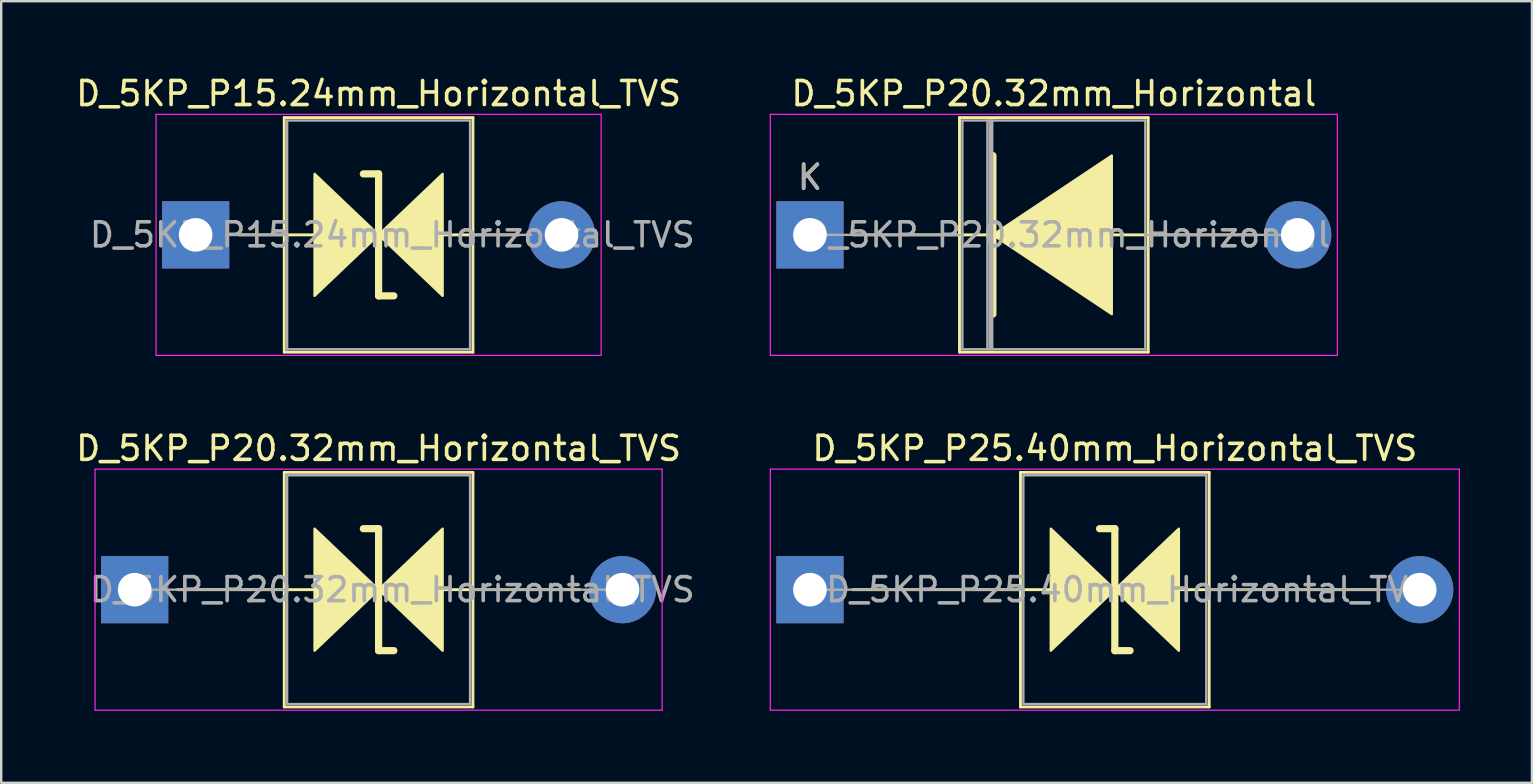
<source format=kicad_pcb>
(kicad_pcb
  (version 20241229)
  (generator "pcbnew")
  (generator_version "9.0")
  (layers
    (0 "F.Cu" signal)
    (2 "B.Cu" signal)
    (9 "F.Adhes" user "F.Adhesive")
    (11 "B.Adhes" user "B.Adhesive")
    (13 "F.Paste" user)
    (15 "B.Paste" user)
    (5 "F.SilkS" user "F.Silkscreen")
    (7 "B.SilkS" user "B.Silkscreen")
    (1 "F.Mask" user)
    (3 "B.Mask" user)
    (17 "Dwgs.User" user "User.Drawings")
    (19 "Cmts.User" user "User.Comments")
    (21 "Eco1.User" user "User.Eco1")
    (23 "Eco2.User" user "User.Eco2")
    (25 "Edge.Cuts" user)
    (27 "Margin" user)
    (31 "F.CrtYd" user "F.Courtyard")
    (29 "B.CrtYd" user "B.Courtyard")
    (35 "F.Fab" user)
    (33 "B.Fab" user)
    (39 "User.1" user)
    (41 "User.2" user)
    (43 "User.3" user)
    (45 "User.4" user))
  (footprint "D_5KP_P20.32mm_Horizontal_TVS"
    (layer "F.Cu")
    (at 2.56 21.512)
    (property "Reference" "D_5KP_P20.32mm_Horizontal_TVS" (at 10.16 -5.885 0) (layer "F.SilkS") (effects (font (size 1 1) (thickness 0.15))))
    (attr through_hole)
    (fp_line (start 1.778 0) (end 7.493 0) (stroke (width 0.12) (type solid)) (layer "F.SilkS"))
    (fp_line (start 6.23 -4.885) (end 6.23 4.885) (stroke (width 0.12) (type solid)) (layer "F.SilkS"))
    (fp_line (start 6.23 4.885) (end 14.09 4.885) (stroke (width 0.12) (type solid)) (layer "F.SilkS"))
    (fp_line (start 10.16 -2.54) (end 9.525 -2.54) (stroke (width 0.3) (type solid)) (layer "F.SilkS"))
    (fp_line (start 10.16 2.54) (end 10.16 -2.54) (stroke (width 0.3) (type solid)) (layer "F.SilkS"))
    (fp_line (start 10.795 2.54) (end 10.16 2.54) (stroke (width 0.3) (type solid)) (layer "F.SilkS"))
    (fp_line (start 14.09 -4.885) (end 6.23 -4.885) (stroke (width 0.12) (type solid)) (layer "F.SilkS"))
    (fp_line (start 14.09 4.885) (end 14.09 -4.885) (stroke (width 0.12) (type solid)) (layer "F.SilkS"))
    (fp_line (start 18.542 0) (end 12.827 0) (stroke (width 0.12) (type solid)) (layer "F.SilkS"))
    (fp_poly (pts (xy 10.16 0) (xy 7.493 2.54) (xy 7.493 -2.54)) (stroke (width 0.1) (type solid)) (fill yes) (layer "F.SilkS"))
    (fp_poly (pts (xy 10.16 0) (xy 12.827 -2.54) (xy 12.827 2.54)) (stroke (width 0.1) (type solid)) (fill yes) (layer "F.SilkS"))
    (fp_line (start -1.65 -5.02) (end -1.65 5.02) (stroke (width 0.05) (type solid)) (layer "F.CrtYd"))
    (fp_line (start -1.65 5.02) (end 21.97 5.02) (stroke (width 0.05) (type solid)) (layer "F.CrtYd"))
    (fp_line (start 21.97 -5.02) (end -1.65 -5.02) (stroke (width 0.05) (type solid)) (layer "F.CrtYd"))
    (fp_line (start 21.97 5.02) (end 21.97 -5.02) (stroke (width 0.05) (type solid)) (layer "F.CrtYd"))
    (fp_line (start 0 0) (end 6.35 0) (stroke (width 0.1) (type solid)) (layer "F.Fab"))
    (fp_line (start 6.35 -4.765) (end 6.35 4.765) (stroke (width 0.1) (type solid)) (layer "F.Fab"))
    (fp_line (start 6.35 4.765) (end 13.97 4.765) (stroke (width 0.1) (type solid)) (layer "F.Fab"))
    (fp_line (start 13.97 -4.765) (end 6.35 -4.765) (stroke (width 0.1) (type solid)) (layer "F.Fab"))
    (fp_line (start 13.97 4.765) (end 13.97 -4.765) (stroke (width 0.1) (type solid)) (layer "F.Fab"))
    (fp_line (start 20.32 0) (end 13.97 0) (stroke (width 0.1) (type solid)) (layer "F.Fab"))
    (fp_text user "${REFERENCE}" (at 10.732 0 0) (layer "F.Fab") (effects (font (size 1 1) (thickness 0.15))))
    (pad "1" thru_hole rect (at 0 0) (size 2.8 2.8) (drill 1.4) (layers "*.Cu" "*.Mask"))
    (pad "2" thru_hole oval (at 20.32 0) (size 2.8 2.8) (drill 1.4) (layers "*.Cu" "*.Mask")))
  (footprint "D_5KP_P25.40mm_Horizontal_TVS"
    (layer "F.Cu")
    (at 30.687 21.512)
    (property "Reference" "D_5KP_P25.40mm_Horizontal_TVS" (at 12.7 -5.885 0) (layer "F.SilkS") (effects (font (size 1 1) (thickness 0.15))))
    (attr through_hole)
    (fp_line (start 1.778 0) (end 10.033 0) (stroke (width 0.12) (type solid)) (layer "F.SilkS"))
    (fp_line (start 8.77 -4.885) (end 8.77 4.885) (stroke (width 0.12) (type solid)) (layer "F.SilkS"))
    (fp_line (start 8.77 4.885) (end 16.63 4.885) (stroke (width 0.12) (type solid)) (layer "F.SilkS"))
    (fp_line (start 12.7 -2.54) (end 12.065 -2.54) (stroke (width 0.3) (type solid)) (layer "F.SilkS"))
    (fp_line (start 12.7 2.54) (end 12.7 -2.54) (stroke (width 0.3) (type solid)) (layer "F.SilkS"))
    (fp_line (start 13.335 2.54) (end 12.7 2.54) (stroke (width 0.3) (type solid)) (layer "F.SilkS"))
    (fp_line (start 16.63 -4.885) (end 8.77 -4.885) (stroke (width 0.12) (type solid)) (layer "F.SilkS"))
    (fp_line (start 16.63 4.885) (end 16.63 -4.885) (stroke (width 0.12) (type solid)) (layer "F.SilkS"))
    (fp_line (start 23.622 0) (end 15.367 0) (stroke (width 0.12) (type solid)) (layer "F.SilkS"))
    (fp_poly (pts (xy 12.7 0) (xy 10.033 2.54) (xy 10.033 -2.54)) (stroke (width 0.1) (type solid)) (fill yes) (layer "F.SilkS"))
    (fp_poly (pts (xy 12.7 0) (xy 15.367 -2.54) (xy 15.367 2.54)) (stroke (width 0.1) (type solid)) (fill yes) (layer "F.SilkS"))
    (fp_line (start -1.65 -5.02) (end -1.65 5.02) (stroke (width 0.05) (type solid)) (layer "F.CrtYd"))
    (fp_line (start -1.65 5.02) (end 27.05 5.02) (stroke (width 0.05) (type solid)) (layer "F.CrtYd"))
    (fp_line (start 27.05 -5.02) (end -1.65 -5.02) (stroke (width 0.05) (type solid)) (layer "F.CrtYd"))
    (fp_line (start 27.05 5.02) (end 27.05 -5.02) (stroke (width 0.05) (type solid)) (layer "F.CrtYd"))
    (fp_line (start 0 0) (end 8.89 0) (stroke (width 0.1) (type solid)) (layer "F.Fab"))
    (fp_line (start 8.89 -4.765) (end 8.89 4.765) (stroke (width 0.1) (type solid)) (layer "F.Fab"))
    (fp_line (start 8.89 4.765) (end 16.51 4.765) (stroke (width 0.1) (type solid)) (layer "F.Fab"))
    (fp_line (start 16.51 -4.765) (end 8.89 -4.765) (stroke (width 0.1) (type solid)) (layer "F.Fab"))
    (fp_line (start 16.51 4.765) (end 16.51 -4.765) (stroke (width 0.1) (type solid)) (layer "F.Fab"))
    (fp_line (start 25.4 0) (end 16.51 0) (stroke (width 0.1) (type solid)) (layer "F.Fab"))
    (fp_text user "${REFERENCE}" (at 13.271 0 0) (layer "F.Fab") (effects (font (size 1 1) (thickness 0.15))))
    (pad "1" thru_hole rect (at 0 0) (size 2.8 2.8) (drill 1.4) (layers "*.Cu" "*.Mask"))
    (pad "2" thru_hole oval (at 25.4 0) (size 2.8 2.8) (drill 1.4) (layers "*.Cu" "*.Mask")))
  (footprint "D_5KP_P20.32mm_Horizontal"
    (layer "F.Cu")
    (at 30.687 6.733)
    (property "Reference" "D_5KP_P20.32mm_Horizontal" (at 10.16 -5.885 0) (layer "F.SilkS") (effects (font (size 1 1) (thickness 0.15))))
    (attr through_hole)
    (fp_line (start 1.778 0) (end 7.493 0) (stroke (width 0.12) (type solid)) (layer "F.SilkS"))
    (fp_line (start 6.23 -4.885) (end 6.23 4.885) (stroke (width 0.12) (type solid)) (layer "F.SilkS"))
    (fp_line (start 6.23 4.885) (end 14.09 4.885) (stroke (width 0.12) (type solid)) (layer "F.SilkS"))
    (fp_line (start 7.62 -3.302) (end 7.62 3.302) (stroke (width 0.3) (type solid)) (layer "F.SilkS"))
    (fp_line (start 14.09 -4.885) (end 6.23 -4.885) (stroke (width 0.12) (type solid)) (layer "F.SilkS"))
    (fp_line (start 14.09 4.885) (end 14.09 -4.885) (stroke (width 0.12) (type solid)) (layer "F.SilkS"))
    (fp_line (start 18.542 0) (end 12.61 0) (stroke (width 0.12) (type solid)) (layer "F.SilkS"))
    (fp_poly (pts (xy 12.573 3.302) (xy 7.62 0) (xy 12.573 -3.302)) (stroke (width 0.1) (type solid)) (fill yes) (layer "F.SilkS"))
    (fp_line (start -1.65 -5.02) (end -1.65 5.02) (stroke (width 0.05) (type solid)) (layer "F.CrtYd"))
    (fp_line (start -1.65 5.02) (end 21.97 5.02) (stroke (width 0.05) (type solid)) (layer "F.CrtYd"))
    (fp_line (start 21.97 -5.02) (end -1.65 -5.02) (stroke (width 0.05) (type solid)) (layer "F.CrtYd"))
    (fp_line (start 21.97 5.02) (end 21.97 -5.02) (stroke (width 0.05) (type solid)) (layer "F.CrtYd"))
    (fp_line (start 0 0) (end 6.35 0) (stroke (width 0.1) (type solid)) (layer "F.Fab"))
    (fp_line (start 6.35 -4.765) (end 6.35 4.765) (stroke (width 0.1) (type solid)) (layer "F.Fab"))
    (fp_line (start 6.35 4.765) (end 13.97 4.765) (stroke (width 0.1) (type solid)) (layer "F.Fab"))
    (fp_line (start 7.393 -4.765) (end 7.393 4.765) (stroke (width 0.1) (type solid)) (layer "F.Fab"))
    (fp_line (start 7.493 -4.765) (end 7.493 4.765) (stroke (width 0.1) (type solid)) (layer "F.Fab"))
    (fp_line (start 7.593 -4.765) (end 7.593 4.765) (stroke (width 0.1) (type solid)) (layer "F.Fab"))
    (fp_line (start 13.97 -4.765) (end 6.35 -4.765) (stroke (width 0.1) (type solid)) (layer "F.Fab"))
    (fp_line (start 13.97 4.765) (end 13.97 -4.765) (stroke (width 0.1) (type solid)) (layer "F.Fab"))
    (fp_line (start 20.32 0) (end 13.97 0) (stroke (width 0.1) (type solid)) (layer "F.Fab"))
    (fp_text user "K" (at 0 -2.4 0) (layer "F.SilkS") (effects (font (size 1 1) (thickness 0.15))))
    (fp_text user "${REFERENCE}" (at 10.732 0 0) (layer "F.Fab") (effects (font (size 1 1) (thickness 0.15))))
    (fp_text user "K" (at 0 -2.4 0) (layer "F.Fab") (effects (font (size 1 1) (thickness 0.15))))
    (pad "1" thru_hole rect (at 0 0) (size 2.8 2.8) (drill 1.4) (layers "*.Cu" "*.Mask"))
    (pad "2" thru_hole oval (at 20.32 0) (size 2.8 2.8) (drill 1.4) (layers "*.Cu" "*.Mask")))
  (footprint "D_5KP_P15.24mm_Horizontal_TVS"
    (layer "F.Cu")
    (at 5.1 6.733)
    (property "Reference" "D_5KP_P15.24mm_Horizontal_TVS" (at 7.62 -5.885 0) (layer "F.SilkS") (effects (font (size 1 1) (thickness 0.15))))
    (attr through_hole)
    (fp_line (start 1.778 0) (end 4.953 0) (stroke (width 0.12) (type solid)) (layer "F.SilkS"))
    (fp_line (start 3.69 -4.885) (end 3.69 4.885) (stroke (width 0.12) (type solid)) (layer "F.SilkS"))
    (fp_line (start 3.69 4.885) (end 11.55 4.885) (stroke (width 0.12) (type solid)) (layer "F.SilkS"))
    (fp_line (start 7.62 -2.54) (end 6.985 -2.54) (stroke (width 0.3) (type solid)) (layer "F.SilkS"))
    (fp_line (start 7.62 2.54) (end 7.62 -2.54) (stroke (width 0.3) (type solid)) (layer "F.SilkS"))
    (fp_line (start 8.255 2.54) (end 7.62 2.54) (stroke (width 0.3) (type solid)) (layer "F.SilkS"))
    (fp_line (start 11.55 -4.885) (end 3.69 -4.885) (stroke (width 0.12) (type solid)) (layer "F.SilkS"))
    (fp_line (start 11.55 4.885) (end 11.55 -4.885) (stroke (width 0.12) (type solid)) (layer "F.SilkS"))
    (fp_line (start 13.462 0) (end 10.287 0) (stroke (width 0.12) (type solid)) (layer "F.SilkS"))
    (fp_poly (pts (xy 7.62 0) (xy 4.953 2.54) (xy 4.953 -2.54)) (stroke (width 0.1) (type solid)) (fill yes) (layer "F.SilkS"))
    (fp_poly (pts (xy 7.62 0) (xy 10.287 -2.54) (xy 10.287 2.54)) (stroke (width 0.1) (type solid)) (fill yes) (layer "F.SilkS"))
    (fp_line (start -1.65 -5.02) (end -1.65 5.02) (stroke (width 0.05) (type solid)) (layer "F.CrtYd"))
    (fp_line (start -1.65 5.02) (end 16.89 5.02) (stroke (width 0.05) (type solid)) (layer "F.CrtYd"))
    (fp_line (start 16.89 -5.02) (end -1.65 -5.02) (stroke (width 0.05) (type solid)) (layer "F.CrtYd"))
    (fp_line (start 16.89 5.02) (end 16.89 -5.02) (stroke (width 0.05) (type solid)) (layer "F.CrtYd"))
    (fp_line (start 1.27 0) (end 3.81 0) (stroke (width 0.1) (type solid)) (layer "F.Fab"))
    (fp_line (start 3.81 -4.765) (end 3.81 4.765) (stroke (width 0.1) (type solid)) (layer "F.Fab"))
    (fp_line (start 3.81 4.765) (end 11.43 4.765) (stroke (width 0.1) (type solid)) (layer "F.Fab"))
    (fp_line (start 11.43 -4.765) (end 3.81 -4.765) (stroke (width 0.1) (type solid)) (layer "F.Fab"))
    (fp_line (start 11.43 4.765) (end 11.43 -4.765) (stroke (width 0.1) (type solid)) (layer "F.Fab"))
    (fp_line (start 13.97 0) (end 11.43 0) (stroke (width 0.1) (type solid)) (layer "F.Fab"))
    (fp_text user "${REFERENCE}" (at 8.191 0 0) (layer "F.Fab") (effects (font (size 1 1) (thickness 0.15))))
    (pad "1" thru_hole rect (at 0 0) (size 2.8 2.8) (drill 1.4) (layers "*.Cu" "*.Mask"))
    (pad "2" thru_hole oval (at 15.24 0) (size 2.8 2.8) (drill 1.4) (layers "*.Cu" "*.Mask")))
  (gr_rect
    (start -3 -3)
    (end 60.762 29.556)
    (stroke (width 0.1) (type default))
    (fill no)
    (layer "Edge.Cuts")))
</source>
